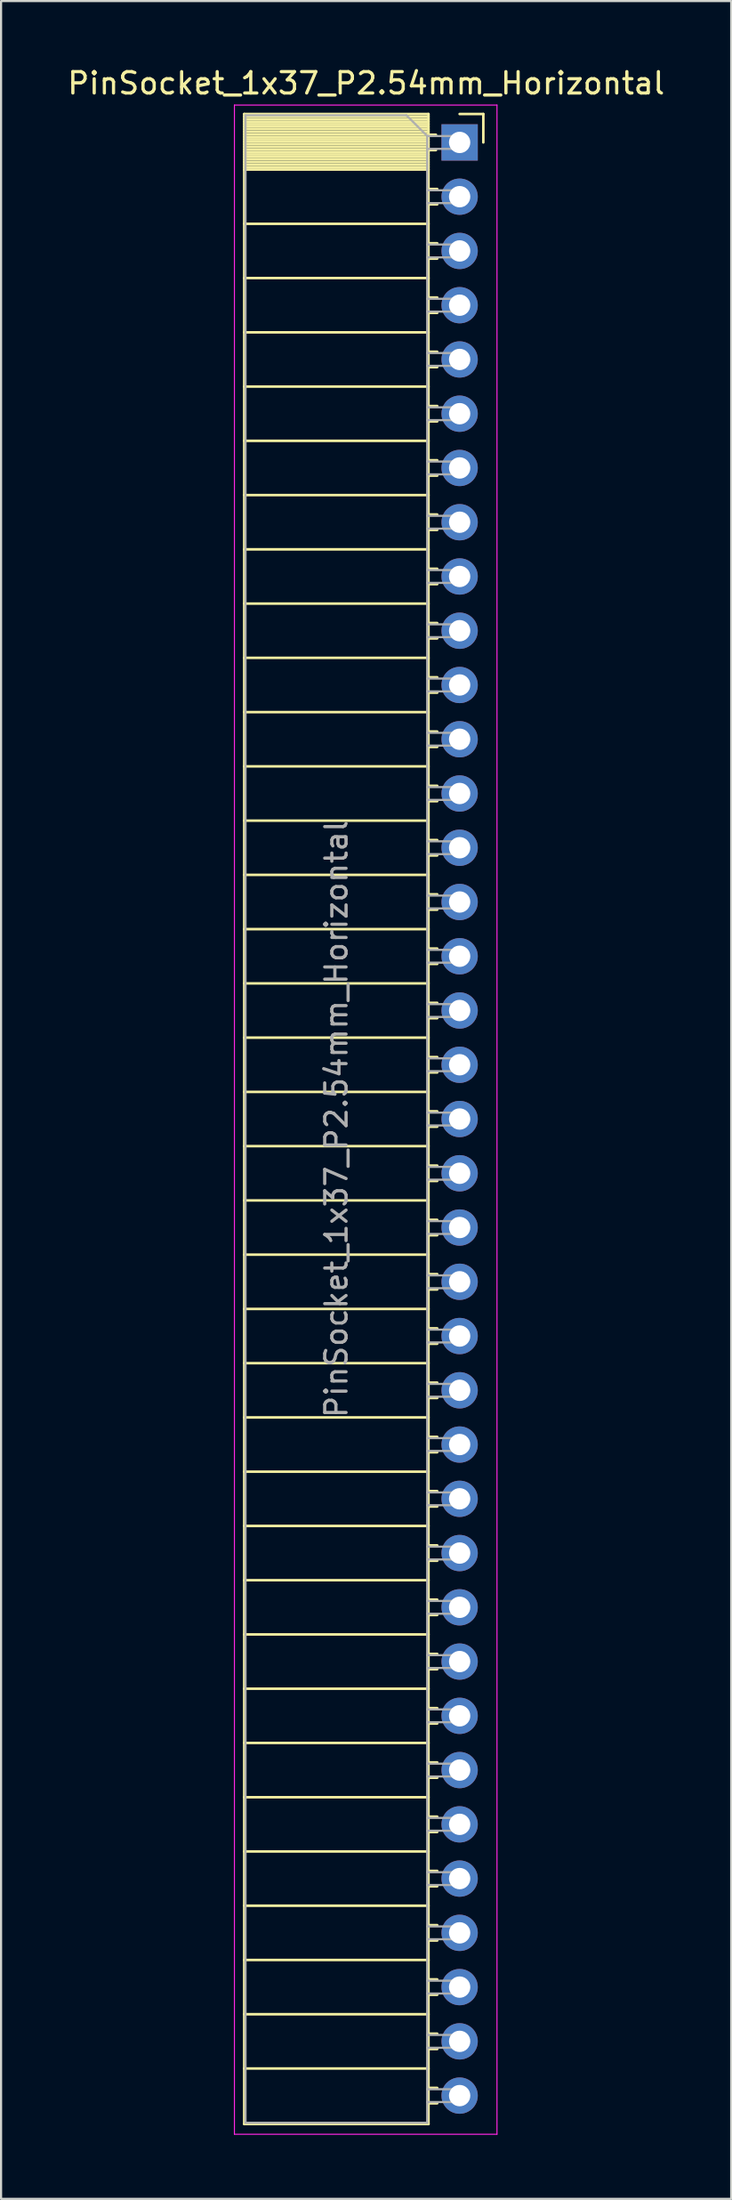
<source format=kicad_pcb>
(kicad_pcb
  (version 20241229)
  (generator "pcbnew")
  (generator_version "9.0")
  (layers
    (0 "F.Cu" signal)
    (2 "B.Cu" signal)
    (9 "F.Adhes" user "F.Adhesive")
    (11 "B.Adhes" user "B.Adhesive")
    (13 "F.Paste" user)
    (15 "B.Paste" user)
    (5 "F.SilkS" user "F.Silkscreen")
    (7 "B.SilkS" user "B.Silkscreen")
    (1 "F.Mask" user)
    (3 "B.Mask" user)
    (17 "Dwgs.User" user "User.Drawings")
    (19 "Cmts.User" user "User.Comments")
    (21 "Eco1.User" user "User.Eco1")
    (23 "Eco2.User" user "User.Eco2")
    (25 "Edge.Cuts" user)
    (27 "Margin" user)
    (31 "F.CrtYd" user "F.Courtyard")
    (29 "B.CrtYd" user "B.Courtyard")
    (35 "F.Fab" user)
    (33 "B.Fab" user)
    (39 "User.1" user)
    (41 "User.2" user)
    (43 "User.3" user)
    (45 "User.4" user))
  (footprint "PinSocket_1x37_P2.54mm_Horizontal"
    (layer "F.Cu")
    (at 18.481 3.618)
    (property "Reference" "PinSocket_1x37_P2.54mm_Horizontal" (at -4.38 -2.77 0) (layer "F.SilkS") (effects (font (size 1 1) (thickness 0.15))))
    (attr through_hole)
    (fp_line (start -10.09 -1.33) (end -10.09 92.77) (stroke (width 0.12) (type solid)) (layer "F.SilkS"))
    (fp_line (start -10.09 -1.33) (end -1.46 -1.33) (stroke (width 0.12) (type solid)) (layer "F.SilkS"))
    (fp_line (start -10.09 -1.21) (end -1.46 -1.21) (stroke (width 0.12) (type solid)) (layer "F.SilkS"))
    (fp_line (start -10.09 -1.092) (end -1.46 -1.092) (stroke (width 0.12) (type solid)) (layer "F.SilkS"))
    (fp_line (start -10.09 -0.974) (end -1.46 -0.974) (stroke (width 0.12) (type solid)) (layer "F.SilkS"))
    (fp_line (start -10.09 -0.856) (end -1.46 -0.856) (stroke (width 0.12) (type solid)) (layer "F.SilkS"))
    (fp_line (start -10.09 -0.738) (end -1.46 -0.738) (stroke (width 0.12) (type solid)) (layer "F.SilkS"))
    (fp_line (start -10.09 -0.62) (end -1.46 -0.62) (stroke (width 0.12) (type solid)) (layer "F.SilkS"))
    (fp_line (start -10.09 -0.501) (end -1.46 -0.501) (stroke (width 0.12) (type solid)) (layer "F.SilkS"))
    (fp_line (start -10.09 -0.383) (end -1.46 -0.383) (stroke (width 0.12) (type solid)) (layer "F.SilkS"))
    (fp_line (start -10.09 -0.265) (end -1.46 -0.265) (stroke (width 0.12) (type solid)) (layer "F.SilkS"))
    (fp_line (start -10.09 -0.147) (end -1.46 -0.147) (stroke (width 0.12) (type solid)) (layer "F.SilkS"))
    (fp_line (start -10.09 -0.029) (end -1.46 -0.029) (stroke (width 0.12) (type solid)) (layer "F.SilkS"))
    (fp_line (start -10.09 0.089) (end -1.46 0.089) (stroke (width 0.12) (type solid)) (layer "F.SilkS"))
    (fp_line (start -10.09 0.207) (end -1.46 0.207) (stroke (width 0.12) (type solid)) (layer "F.SilkS"))
    (fp_line (start -10.09 0.325) (end -1.46 0.325) (stroke (width 0.12) (type solid)) (layer "F.SilkS"))
    (fp_line (start -10.09 0.443) (end -1.46 0.443) (stroke (width 0.12) (type solid)) (layer "F.SilkS"))
    (fp_line (start -10.09 0.561) (end -1.46 0.561) (stroke (width 0.12) (type solid)) (layer "F.SilkS"))
    (fp_line (start -10.09 0.68) (end -1.46 0.68) (stroke (width 0.12) (type solid)) (layer "F.SilkS"))
    (fp_line (start -10.09 0.798) (end -1.46 0.798) (stroke (width 0.12) (type solid)) (layer "F.SilkS"))
    (fp_line (start -10.09 0.916) (end -1.46 0.916) (stroke (width 0.12) (type solid)) (layer "F.SilkS"))
    (fp_line (start -10.09 1.034) (end -1.46 1.034) (stroke (width 0.12) (type solid)) (layer "F.SilkS"))
    (fp_line (start -10.09 1.152) (end -1.46 1.152) (stroke (width 0.12) (type solid)) (layer "F.SilkS"))
    (fp_line (start -10.09 1.27) (end -1.46 1.27) (stroke (width 0.12) (type solid)) (layer "F.SilkS"))
    (fp_line (start -10.09 3.81) (end -1.46 3.81) (stroke (width 0.12) (type solid)) (layer "F.SilkS"))
    (fp_line (start -10.09 6.35) (end -1.46 6.35) (stroke (width 0.12) (type solid)) (layer "F.SilkS"))
    (fp_line (start -10.09 8.89) (end -1.46 8.89) (stroke (width 0.12) (type solid)) (layer "F.SilkS"))
    (fp_line (start -10.09 11.43) (end -1.46 11.43) (stroke (width 0.12) (type solid)) (layer "F.SilkS"))
    (fp_line (start -10.09 13.97) (end -1.46 13.97) (stroke (width 0.12) (type solid)) (layer "F.SilkS"))
    (fp_line (start -10.09 16.51) (end -1.46 16.51) (stroke (width 0.12) (type solid)) (layer "F.SilkS"))
    (fp_line (start -10.09 19.05) (end -1.46 19.05) (stroke (width 0.12) (type solid)) (layer "F.SilkS"))
    (fp_line (start -10.09 21.59) (end -1.46 21.59) (stroke (width 0.12) (type solid)) (layer "F.SilkS"))
    (fp_line (start -10.09 24.13) (end -1.46 24.13) (stroke (width 0.12) (type solid)) (layer "F.SilkS"))
    (fp_line (start -10.09 26.67) (end -1.46 26.67) (stroke (width 0.12) (type solid)) (layer "F.SilkS"))
    (fp_line (start -10.09 29.21) (end -1.46 29.21) (stroke (width 0.12) (type solid)) (layer "F.SilkS"))
    (fp_line (start -10.09 31.75) (end -1.46 31.75) (stroke (width 0.12) (type solid)) (layer "F.SilkS"))
    (fp_line (start -10.09 34.29) (end -1.46 34.29) (stroke (width 0.12) (type solid)) (layer "F.SilkS"))
    (fp_line (start -10.09 36.83) (end -1.46 36.83) (stroke (width 0.12) (type solid)) (layer "F.SilkS"))
    (fp_line (start -10.09 39.37) (end -1.46 39.37) (stroke (width 0.12) (type solid)) (layer "F.SilkS"))
    (fp_line (start -10.09 41.91) (end -1.46 41.91) (stroke (width 0.12) (type solid)) (layer "F.SilkS"))
    (fp_line (start -10.09 44.45) (end -1.46 44.45) (stroke (width 0.12) (type solid)) (layer "F.SilkS"))
    (fp_line (start -10.09 46.99) (end -1.46 46.99) (stroke (width 0.12) (type solid)) (layer "F.SilkS"))
    (fp_line (start -10.09 49.53) (end -1.46 49.53) (stroke (width 0.12) (type solid)) (layer "F.SilkS"))
    (fp_line (start -10.09 52.07) (end -1.46 52.07) (stroke (width 0.12) (type solid)) (layer "F.SilkS"))
    (fp_line (start -10.09 54.61) (end -1.46 54.61) (stroke (width 0.12) (type solid)) (layer "F.SilkS"))
    (fp_line (start -10.09 57.15) (end -1.46 57.15) (stroke (width 0.12) (type solid)) (layer "F.SilkS"))
    (fp_line (start -10.09 59.69) (end -1.46 59.69) (stroke (width 0.12) (type solid)) (layer "F.SilkS"))
    (fp_line (start -10.09 62.23) (end -1.46 62.23) (stroke (width 0.12) (type solid)) (layer "F.SilkS"))
    (fp_line (start -10.09 64.77) (end -1.46 64.77) (stroke (width 0.12) (type solid)) (layer "F.SilkS"))
    (fp_line (start -10.09 67.31) (end -1.46 67.31) (stroke (width 0.12) (type solid)) (layer "F.SilkS"))
    (fp_line (start -10.09 69.85) (end -1.46 69.85) (stroke (width 0.12) (type solid)) (layer "F.SilkS"))
    (fp_line (start -10.09 72.39) (end -1.46 72.39) (stroke (width 0.12) (type solid)) (layer "F.SilkS"))
    (fp_line (start -10.09 74.93) (end -1.46 74.93) (stroke (width 0.12) (type solid)) (layer "F.SilkS"))
    (fp_line (start -10.09 77.47) (end -1.46 77.47) (stroke (width 0.12) (type solid)) (layer "F.SilkS"))
    (fp_line (start -10.09 80.01) (end -1.46 80.01) (stroke (width 0.12) (type solid)) (layer "F.SilkS"))
    (fp_line (start -10.09 82.55) (end -1.46 82.55) (stroke (width 0.12) (type solid)) (layer "F.SilkS"))
    (fp_line (start -10.09 85.09) (end -1.46 85.09) (stroke (width 0.12) (type solid)) (layer "F.SilkS"))
    (fp_line (start -10.09 87.63) (end -1.46 87.63) (stroke (width 0.12) (type solid)) (layer "F.SilkS"))
    (fp_line (start -10.09 90.17) (end -1.46 90.17) (stroke (width 0.12) (type solid)) (layer "F.SilkS"))
    (fp_line (start -10.09 92.77) (end -1.46 92.77) (stroke (width 0.12) (type solid)) (layer "F.SilkS"))
    (fp_line (start -1.46 -1.33) (end -1.46 92.77) (stroke (width 0.12) (type solid)) (layer "F.SilkS"))
    (fp_line (start -1.46 -0.36) (end -1.11 -0.36) (stroke (width 0.12) (type solid)) (layer "F.SilkS"))
    (fp_line (start -1.46 0.36) (end -1.11 0.36) (stroke (width 0.12) (type solid)) (layer "F.SilkS"))
    (fp_line (start -1.46 2.18) (end -1.05 2.18) (stroke (width 0.12) (type solid)) (layer "F.SilkS"))
    (fp_line (start -1.46 2.9) (end -1.05 2.9) (stroke (width 0.12) (type solid)) (layer "F.SilkS"))
    (fp_line (start -1.46 4.72) (end -1.05 4.72) (stroke (width 0.12) (type solid)) (layer "F.SilkS"))
    (fp_line (start -1.46 5.44) (end -1.05 5.44) (stroke (width 0.12) (type solid)) (layer "F.SilkS"))
    (fp_line (start -1.46 7.26) (end -1.05 7.26) (stroke (width 0.12) (type solid)) (layer "F.SilkS"))
    (fp_line (start -1.46 7.98) (end -1.05 7.98) (stroke (width 0.12) (type solid)) (layer "F.SilkS"))
    (fp_line (start -1.46 9.8) (end -1.05 9.8) (stroke (width 0.12) (type solid)) (layer "F.SilkS"))
    (fp_line (start -1.46 10.52) (end -1.05 10.52) (stroke (width 0.12) (type solid)) (layer "F.SilkS"))
    (fp_line (start -1.46 12.34) (end -1.05 12.34) (stroke (width 0.12) (type solid)) (layer "F.SilkS"))
    (fp_line (start -1.46 13.06) (end -1.05 13.06) (stroke (width 0.12) (type solid)) (layer "F.SilkS"))
    (fp_line (start -1.46 14.88) (end -1.05 14.88) (stroke (width 0.12) (type solid)) (layer "F.SilkS"))
    (fp_line (start -1.46 15.6) (end -1.05 15.6) (stroke (width 0.12) (type solid)) (layer "F.SilkS"))
    (fp_line (start -1.46 17.42) (end -1.05 17.42) (stroke (width 0.12) (type solid)) (layer "F.SilkS"))
    (fp_line (start -1.46 18.14) (end -1.05 18.14) (stroke (width 0.12) (type solid)) (layer "F.SilkS"))
    (fp_line (start -1.46 19.96) (end -1.05 19.96) (stroke (width 0.12) (type solid)) (layer "F.SilkS"))
    (fp_line (start -1.46 20.68) (end -1.05 20.68) (stroke (width 0.12) (type solid)) (layer "F.SilkS"))
    (fp_line (start -1.46 22.5) (end -1.05 22.5) (stroke (width 0.12) (type solid)) (layer "F.SilkS"))
    (fp_line (start -1.46 23.22) (end -1.05 23.22) (stroke (width 0.12) (type solid)) (layer "F.SilkS"))
    (fp_line (start -1.46 25.04) (end -1.05 25.04) (stroke (width 0.12) (type solid)) (layer "F.SilkS"))
    (fp_line (start -1.46 25.76) (end -1.05 25.76) (stroke (width 0.12) (type solid)) (layer "F.SilkS"))
    (fp_line (start -1.46 27.58) (end -1.05 27.58) (stroke (width 0.12) (type solid)) (layer "F.SilkS"))
    (fp_line (start -1.46 28.3) (end -1.05 28.3) (stroke (width 0.12) (type solid)) (layer "F.SilkS"))
    (fp_line (start -1.46 30.12) (end -1.05 30.12) (stroke (width 0.12) (type solid)) (layer "F.SilkS"))
    (fp_line (start -1.46 30.84) (end -1.05 30.84) (stroke (width 0.12) (type solid)) (layer "F.SilkS"))
    (fp_line (start -1.46 32.66) (end -1.05 32.66) (stroke (width 0.12) (type solid)) (layer "F.SilkS"))
    (fp_line (start -1.46 33.38) (end -1.05 33.38) (stroke (width 0.12) (type solid)) (layer "F.SilkS"))
    (fp_line (start -1.46 35.2) (end -1.05 35.2) (stroke (width 0.12) (type solid)) (layer "F.SilkS"))
    (fp_line (start -1.46 35.92) (end -1.05 35.92) (stroke (width 0.12) (type solid)) (layer "F.SilkS"))
    (fp_line (start -1.46 37.74) (end -1.05 37.74) (stroke (width 0.12) (type solid)) (layer "F.SilkS"))
    (fp_line (start -1.46 38.46) (end -1.05 38.46) (stroke (width 0.12) (type solid)) (layer "F.SilkS"))
    (fp_line (start -1.46 40.28) (end -1.05 40.28) (stroke (width 0.12) (type solid)) (layer "F.SilkS"))
    (fp_line (start -1.46 41) (end -1.05 41) (stroke (width 0.12) (type solid)) (layer "F.SilkS"))
    (fp_line (start -1.46 42.82) (end -1.05 42.82) (stroke (width 0.12) (type solid)) (layer "F.SilkS"))
    (fp_line (start -1.46 43.54) (end -1.05 43.54) (stroke (width 0.12) (type solid)) (layer "F.SilkS"))
    (fp_line (start -1.46 45.36) (end -1.05 45.36) (stroke (width 0.12) (type solid)) (layer "F.SilkS"))
    (fp_line (start -1.46 46.08) (end -1.05 46.08) (stroke (width 0.12) (type solid)) (layer "F.SilkS"))
    (fp_line (start -1.46 47.9) (end -1.05 47.9) (stroke (width 0.12) (type solid)) (layer "F.SilkS"))
    (fp_line (start -1.46 48.62) (end -1.05 48.62) (stroke (width 0.12) (type solid)) (layer "F.SilkS"))
    (fp_line (start -1.46 50.44) (end -1.05 50.44) (stroke (width 0.12) (type solid)) (layer "F.SilkS"))
    (fp_line (start -1.46 51.16) (end -1.05 51.16) (stroke (width 0.12) (type solid)) (layer "F.SilkS"))
    (fp_line (start -1.46 52.98) (end -1.05 52.98) (stroke (width 0.12) (type solid)) (layer "F.SilkS"))
    (fp_line (start -1.46 53.7) (end -1.05 53.7) (stroke (width 0.12) (type solid)) (layer "F.SilkS"))
    (fp_line (start -1.46 55.52) (end -1.05 55.52) (stroke (width 0.12) (type solid)) (layer "F.SilkS"))
    (fp_line (start -1.46 56.24) (end -1.05 56.24) (stroke (width 0.12) (type solid)) (layer "F.SilkS"))
    (fp_line (start -1.46 58.06) (end -1.05 58.06) (stroke (width 0.12) (type solid)) (layer "F.SilkS"))
    (fp_line (start -1.46 58.78) (end -1.05 58.78) (stroke (width 0.12) (type solid)) (layer "F.SilkS"))
    (fp_line (start -1.46 60.6) (end -1.05 60.6) (stroke (width 0.12) (type solid)) (layer "F.SilkS"))
    (fp_line (start -1.46 61.32) (end -1.05 61.32) (stroke (width 0.12) (type solid)) (layer "F.SilkS"))
    (fp_line (start -1.46 63.14) (end -1.05 63.14) (stroke (width 0.12) (type solid)) (layer "F.SilkS"))
    (fp_line (start -1.46 63.86) (end -1.05 63.86) (stroke (width 0.12) (type solid)) (layer "F.SilkS"))
    (fp_line (start -1.46 65.68) (end -1.05 65.68) (stroke (width 0.12) (type solid)) (layer "F.SilkS"))
    (fp_line (start -1.46 66.4) (end -1.05 66.4) (stroke (width 0.12) (type solid)) (layer "F.SilkS"))
    (fp_line (start -1.46 68.22) (end -1.05 68.22) (stroke (width 0.12) (type solid)) (layer "F.SilkS"))
    (fp_line (start -1.46 68.94) (end -1.05 68.94) (stroke (width 0.12) (type solid)) (layer "F.SilkS"))
    (fp_line (start -1.46 70.76) (end -1.05 70.76) (stroke (width 0.12) (type solid)) (layer "F.SilkS"))
    (fp_line (start -1.46 71.48) (end -1.05 71.48) (stroke (width 0.12) (type solid)) (layer "F.SilkS"))
    (fp_line (start -1.46 73.3) (end -1.05 73.3) (stroke (width 0.12) (type solid)) (layer "F.SilkS"))
    (fp_line (start -1.46 74.02) (end -1.05 74.02) (stroke (width 0.12) (type solid)) (layer "F.SilkS"))
    (fp_line (start -1.46 75.84) (end -1.05 75.84) (stroke (width 0.12) (type solid)) (layer "F.SilkS"))
    (fp_line (start -1.46 76.56) (end -1.05 76.56) (stroke (width 0.12) (type solid)) (layer "F.SilkS"))
    (fp_line (start -1.46 78.38) (end -1.05 78.38) (stroke (width 0.12) (type solid)) (layer "F.SilkS"))
    (fp_line (start -1.46 79.1) (end -1.05 79.1) (stroke (width 0.12) (type solid)) (layer "F.SilkS"))
    (fp_line (start -1.46 80.92) (end -1.05 80.92) (stroke (width 0.12) (type solid)) (layer "F.SilkS"))
    (fp_line (start -1.46 81.64) (end -1.05 81.64) (stroke (width 0.12) (type solid)) (layer "F.SilkS"))
    (fp_line (start -1.46 83.46) (end -1.05 83.46) (stroke (width 0.12) (type solid)) (layer "F.SilkS"))
    (fp_line (start -1.46 84.18) (end -1.05 84.18) (stroke (width 0.12) (type solid)) (layer "F.SilkS"))
    (fp_line (start -1.46 86) (end -1.05 86) (stroke (width 0.12) (type solid)) (layer "F.SilkS"))
    (fp_line (start -1.46 86.72) (end -1.05 86.72) (stroke (width 0.12) (type solid)) (layer "F.SilkS"))
    (fp_line (start -1.46 88.54) (end -1.05 88.54) (stroke (width 0.12) (type solid)) (layer "F.SilkS"))
    (fp_line (start -1.46 89.26) (end -1.05 89.26) (stroke (width 0.12) (type solid)) (layer "F.SilkS"))
    (fp_line (start -1.46 91.08) (end -1.05 91.08) (stroke (width 0.12) (type solid)) (layer "F.SilkS"))
    (fp_line (start -1.46 91.8) (end -1.05 91.8) (stroke (width 0.12) (type solid)) (layer "F.SilkS"))
    (fp_line (start 0 -1.33) (end 1.11 -1.33) (stroke (width 0.12) (type solid)) (layer "F.SilkS"))
    (fp_line (start 1.11 -1.33) (end 1.11 0) (stroke (width 0.12) (type solid)) (layer "F.SilkS"))
    (fp_line (start -10.55 -1.75) (end -10.55 93.25) (stroke (width 0.05) (type solid)) (layer "F.CrtYd"))
    (fp_line (start -10.55 93.25) (end 1.75 93.25) (stroke (width 0.05) (type solid)) (layer "F.CrtYd"))
    (fp_line (start 1.75 -1.75) (end -10.55 -1.75) (stroke (width 0.05) (type solid)) (layer "F.CrtYd"))
    (fp_line (start 1.75 93.25) (end 1.75 -1.75) (stroke (width 0.05) (type solid)) (layer "F.CrtYd"))
    (fp_line (start -10.03 -1.27) (end -2.49 -1.27) (stroke (width 0.1) (type solid)) (layer "F.Fab"))
    (fp_line (start -10.03 92.71) (end -10.03 -1.27) (stroke (width 0.1) (type solid)) (layer "F.Fab"))
    (fp_line (start -2.49 -1.27) (end -1.52 -0.3) (stroke (width 0.1) (type solid)) (layer "F.Fab"))
    (fp_line (start -1.52 -0.3) (end -1.52 92.71) (stroke (width 0.1) (type solid)) (layer "F.Fab"))
    (fp_line (start -1.52 0.3) (end 0 0.3) (stroke (width 0.1) (type solid)) (layer "F.Fab"))
    (fp_line (start -1.52 2.84) (end 0 2.84) (stroke (width 0.1) (type solid)) (layer "F.Fab"))
    (fp_line (start -1.52 5.38) (end 0 5.38) (stroke (width 0.1) (type solid)) (layer "F.Fab"))
    (fp_line (start -1.52 7.92) (end 0 7.92) (stroke (width 0.1) (type solid)) (layer "F.Fab"))
    (fp_line (start -1.52 10.46) (end 0 10.46) (stroke (width 0.1) (type solid)) (layer "F.Fab"))
    (fp_line (start -1.52 13) (end 0 13) (stroke (width 0.1) (type solid)) (layer "F.Fab"))
    (fp_line (start -1.52 15.54) (end 0 15.54) (stroke (width 0.1) (type solid)) (layer "F.Fab"))
    (fp_line (start -1.52 18.08) (end 0 18.08) (stroke (width 0.1) (type solid)) (layer "F.Fab"))
    (fp_line (start -1.52 20.62) (end 0 20.62) (stroke (width 0.1) (type solid)) (layer "F.Fab"))
    (fp_line (start -1.52 23.16) (end 0 23.16) (stroke (width 0.1) (type solid)) (layer "F.Fab"))
    (fp_line (start -1.52 25.7) (end 0 25.7) (stroke (width 0.1) (type solid)) (layer "F.Fab"))
    (fp_line (start -1.52 28.24) (end 0 28.24) (stroke (width 0.1) (type solid)) (layer "F.Fab"))
    (fp_line (start -1.52 30.78) (end 0 30.78) (stroke (width 0.1) (type solid)) (layer "F.Fab"))
    (fp_line (start -1.52 33.32) (end 0 33.32) (stroke (width 0.1) (type solid)) (layer "F.Fab"))
    (fp_line (start -1.52 35.86) (end 0 35.86) (stroke (width 0.1) (type solid)) (layer "F.Fab"))
    (fp_line (start -1.52 38.4) (end 0 38.4) (stroke (width 0.1) (type solid)) (layer "F.Fab"))
    (fp_line (start -1.52 40.94) (end 0 40.94) (stroke (width 0.1) (type solid)) (layer "F.Fab"))
    (fp_line (start -1.52 43.48) (end 0 43.48) (stroke (width 0.1) (type solid)) (layer "F.Fab"))
    (fp_line (start -1.52 46.02) (end 0 46.02) (stroke (width 0.1) (type solid)) (layer "F.Fab"))
    (fp_line (start -1.52 48.56) (end 0 48.56) (stroke (width 0.1) (type solid)) (layer "F.Fab"))
    (fp_line (start -1.52 51.1) (end 0 51.1) (stroke (width 0.1) (type solid)) (layer "F.Fab"))
    (fp_line (start -1.52 53.64) (end 0 53.64) (stroke (width 0.1) (type solid)) (layer "F.Fab"))
    (fp_line (start -1.52 56.18) (end 0 56.18) (stroke (width 0.1) (type solid)) (layer "F.Fab"))
    (fp_line (start -1.52 58.72) (end 0 58.72) (stroke (width 0.1) (type solid)) (layer "F.Fab"))
    (fp_line (start -1.52 61.26) (end 0 61.26) (stroke (width 0.1) (type solid)) (layer "F.Fab"))
    (fp_line (start -1.52 63.8) (end 0 63.8) (stroke (width 0.1) (type solid)) (layer "F.Fab"))
    (fp_line (start -1.52 66.34) (end 0 66.34) (stroke (width 0.1) (type solid)) (layer "F.Fab"))
    (fp_line (start -1.52 68.88) (end 0 68.88) (stroke (width 0.1) (type solid)) (layer "F.Fab"))
    (fp_line (start -1.52 71.42) (end 0 71.42) (stroke (width 0.1) (type solid)) (layer "F.Fab"))
    (fp_line (start -1.52 73.96) (end 0 73.96) (stroke (width 0.1) (type solid)) (layer "F.Fab"))
    (fp_line (start -1.52 76.5) (end 0 76.5) (stroke (width 0.1) (type solid)) (layer "F.Fab"))
    (fp_line (start -1.52 79.04) (end 0 79.04) (stroke (width 0.1) (type solid)) (layer "F.Fab"))
    (fp_line (start -1.52 81.58) (end 0 81.58) (stroke (width 0.1) (type solid)) (layer "F.Fab"))
    (fp_line (start -1.52 84.12) (end 0 84.12) (stroke (width 0.1) (type solid)) (layer "F.Fab"))
    (fp_line (start -1.52 86.66) (end 0 86.66) (stroke (width 0.1) (type solid)) (layer "F.Fab"))
    (fp_line (start -1.52 89.2) (end 0 89.2) (stroke (width 0.1) (type solid)) (layer "F.Fab"))
    (fp_line (start -1.52 91.74) (end 0 91.74) (stroke (width 0.1) (type solid)) (layer "F.Fab"))
    (fp_line (start -1.52 92.71) (end -10.03 92.71) (stroke (width 0.1) (type solid)) (layer "F.Fab"))
    (fp_line (start 0 -0.3) (end -1.52 -0.3) (stroke (width 0.1) (type solid)) (layer "F.Fab"))
    (fp_line (start 0 0.3) (end 0 -0.3) (stroke (width 0.1) (type solid)) (layer "F.Fab"))
    (fp_line (start 0 2.24) (end -1.52 2.24) (stroke (width 0.1) (type solid)) (layer "F.Fab"))
    (fp_line (start 0 2.84) (end 0 2.24) (stroke (width 0.1) (type solid)) (layer "F.Fab"))
    (fp_line (start 0 4.78) (end -1.52 4.78) (stroke (width 0.1) (type solid)) (layer "F.Fab"))
    (fp_line (start 0 5.38) (end 0 4.78) (stroke (width 0.1) (type solid)) (layer "F.Fab"))
    (fp_line (start 0 7.32) (end -1.52 7.32) (stroke (width 0.1) (type solid)) (layer "F.Fab"))
    (fp_line (start 0 7.92) (end 0 7.32) (stroke (width 0.1) (type solid)) (layer "F.Fab"))
    (fp_line (start 0 9.86) (end -1.52 9.86) (stroke (width 0.1) (type solid)) (layer "F.Fab"))
    (fp_line (start 0 10.46) (end 0 9.86) (stroke (width 0.1) (type solid)) (layer "F.Fab"))
    (fp_line (start 0 12.4) (end -1.52 12.4) (stroke (width 0.1) (type solid)) (layer "F.Fab"))
    (fp_line (start 0 13) (end 0 12.4) (stroke (width 0.1) (type solid)) (layer "F.Fab"))
    (fp_line (start 0 14.94) (end -1.52 14.94) (stroke (width 0.1) (type solid)) (layer "F.Fab"))
    (fp_line (start 0 15.54) (end 0 14.94) (stroke (width 0.1) (type solid)) (layer "F.Fab"))
    (fp_line (start 0 17.48) (end -1.52 17.48) (stroke (width 0.1) (type solid)) (layer "F.Fab"))
    (fp_line (start 0 18.08) (end 0 17.48) (stroke (width 0.1) (type solid)) (layer "F.Fab"))
    (fp_line (start 0 20.02) (end -1.52 20.02) (stroke (width 0.1) (type solid)) (layer "F.Fab"))
    (fp_line (start 0 20.62) (end 0 20.02) (stroke (width 0.1) (type solid)) (layer "F.Fab"))
    (fp_line (start 0 22.56) (end -1.52 22.56) (stroke (width 0.1) (type solid)) (layer "F.Fab"))
    (fp_line (start 0 23.16) (end 0 22.56) (stroke (width 0.1) (type solid)) (layer "F.Fab"))
    (fp_line (start 0 25.1) (end -1.52 25.1) (stroke (width 0.1) (type solid)) (layer "F.Fab"))
    (fp_line (start 0 25.7) (end 0 25.1) (stroke (width 0.1) (type solid)) (layer "F.Fab"))
    (fp_line (start 0 27.64) (end -1.52 27.64) (stroke (width 0.1) (type solid)) (layer "F.Fab"))
    (fp_line (start 0 28.24) (end 0 27.64) (stroke (width 0.1) (type solid)) (layer "F.Fab"))
    (fp_line (start 0 30.18) (end -1.52 30.18) (stroke (width 0.1) (type solid)) (layer "F.Fab"))
    (fp_line (start 0 30.78) (end 0 30.18) (stroke (width 0.1) (type solid)) (layer "F.Fab"))
    (fp_line (start 0 32.72) (end -1.52 32.72) (stroke (width 0.1) (type solid)) (layer "F.Fab"))
    (fp_line (start 0 33.32) (end 0 32.72) (stroke (width 0.1) (type solid)) (layer "F.Fab"))
    (fp_line (start 0 35.26) (end -1.52 35.26) (stroke (width 0.1) (type solid)) (layer "F.Fab"))
    (fp_line (start 0 35.86) (end 0 35.26) (stroke (width 0.1) (type solid)) (layer "F.Fab"))
    (fp_line (start 0 37.8) (end -1.52 37.8) (stroke (width 0.1) (type solid)) (layer "F.Fab"))
    (fp_line (start 0 38.4) (end 0 37.8) (stroke (width 0.1) (type solid)) (layer "F.Fab"))
    (fp_line (start 0 40.34) (end -1.52 40.34) (stroke (width 0.1) (type solid)) (layer "F.Fab"))
    (fp_line (start 0 40.94) (end 0 40.34) (stroke (width 0.1) (type solid)) (layer "F.Fab"))
    (fp_line (start 0 42.88) (end -1.52 42.88) (stroke (width 0.1) (type solid)) (layer "F.Fab"))
    (fp_line (start 0 43.48) (end 0 42.88) (stroke (width 0.1) (type solid)) (layer "F.Fab"))
    (fp_line (start 0 45.42) (end -1.52 45.42) (stroke (width 0.1) (type solid)) (layer "F.Fab"))
    (fp_line (start 0 46.02) (end 0 45.42) (stroke (width 0.1) (type solid)) (layer "F.Fab"))
    (fp_line (start 0 47.96) (end -1.52 47.96) (stroke (width 0.1) (type solid)) (layer "F.Fab"))
    (fp_line (start 0 48.56) (end 0 47.96) (stroke (width 0.1) (type solid)) (layer "F.Fab"))
    (fp_line (start 0 50.5) (end -1.52 50.5) (stroke (width 0.1) (type solid)) (layer "F.Fab"))
    (fp_line (start 0 51.1) (end 0 50.5) (stroke (width 0.1) (type solid)) (layer "F.Fab"))
    (fp_line (start 0 53.04) (end -1.52 53.04) (stroke (width 0.1) (type solid)) (layer "F.Fab"))
    (fp_line (start 0 53.64) (end 0 53.04) (stroke (width 0.1) (type solid)) (layer "F.Fab"))
    (fp_line (start 0 55.58) (end -1.52 55.58) (stroke (width 0.1) (type solid)) (layer "F.Fab"))
    (fp_line (start 0 56.18) (end 0 55.58) (stroke (width 0.1) (type solid)) (layer "F.Fab"))
    (fp_line (start 0 58.12) (end -1.52 58.12) (stroke (width 0.1) (type solid)) (layer "F.Fab"))
    (fp_line (start 0 58.72) (end 0 58.12) (stroke (width 0.1) (type solid)) (layer "F.Fab"))
    (fp_line (start 0 60.66) (end -1.52 60.66) (stroke (width 0.1) (type solid)) (layer "F.Fab"))
    (fp_line (start 0 61.26) (end 0 60.66) (stroke (width 0.1) (type solid)) (layer "F.Fab"))
    (fp_line (start 0 63.2) (end -1.52 63.2) (stroke (width 0.1) (type solid)) (layer "F.Fab"))
    (fp_line (start 0 63.8) (end 0 63.2) (stroke (width 0.1) (type solid)) (layer "F.Fab"))
    (fp_line (start 0 65.74) (end -1.52 65.74) (stroke (width 0.1) (type solid)) (layer "F.Fab"))
    (fp_line (start 0 66.34) (end 0 65.74) (stroke (width 0.1) (type solid)) (layer "F.Fab"))
    (fp_line (start 0 68.28) (end -1.52 68.28) (stroke (width 0.1) (type solid)) (layer "F.Fab"))
    (fp_line (start 0 68.88) (end 0 68.28) (stroke (width 0.1) (type solid)) (layer "F.Fab"))
    (fp_line (start 0 70.82) (end -1.52 70.82) (stroke (width 0.1) (type solid)) (layer "F.Fab"))
    (fp_line (start 0 71.42) (end 0 70.82) (stroke (width 0.1) (type solid)) (layer "F.Fab"))
    (fp_line (start 0 73.36) (end -1.52 73.36) (stroke (width 0.1) (type solid)) (layer "F.Fab"))
    (fp_line (start 0 73.96) (end 0 73.36) (stroke (width 0.1) (type solid)) (layer "F.Fab"))
    (fp_line (start 0 75.9) (end -1.52 75.9) (stroke (width 0.1) (type solid)) (layer "F.Fab"))
    (fp_line (start 0 76.5) (end 0 75.9) (stroke (width 0.1) (type solid)) (layer "F.Fab"))
    (fp_line (start 0 78.44) (end -1.52 78.44) (stroke (width 0.1) (type solid)) (layer "F.Fab"))
    (fp_line (start 0 79.04) (end 0 78.44) (stroke (width 0.1) (type solid)) (layer "F.Fab"))
    (fp_line (start 0 80.98) (end -1.52 80.98) (stroke (width 0.1) (type solid)) (layer "F.Fab"))
    (fp_line (start 0 81.58) (end 0 80.98) (stroke (width 0.1) (type solid)) (layer "F.Fab"))
    (fp_line (start 0 83.52) (end -1.52 83.52) (stroke (width 0.1) (type solid)) (layer "F.Fab"))
    (fp_line (start 0 84.12) (end 0 83.52) (stroke (width 0.1) (type solid)) (layer "F.Fab"))
    (fp_line (start 0 86.06) (end -1.52 86.06) (stroke (width 0.1) (type solid)) (layer "F.Fab"))
    (fp_line (start 0 86.66) (end 0 86.06) (stroke (width 0.1) (type solid)) (layer "F.Fab"))
    (fp_line (start 0 88.6) (end -1.52 88.6) (stroke (width 0.1) (type solid)) (layer "F.Fab"))
    (fp_line (start 0 89.2) (end 0 88.6) (stroke (width 0.1) (type solid)) (layer "F.Fab"))
    (fp_line (start 0 91.14) (end -1.52 91.14) (stroke (width 0.1) (type solid)) (layer "F.Fab"))
    (fp_line (start 0 91.74) (end 0 91.14) (stroke (width 0.1) (type solid)) (layer "F.Fab"))
    (fp_text user "${REFERENCE}" (at -5.775 45.72 90) (layer "F.Fab") (effects (font (size 1 1) (thickness 0.15))))
    (pad "1" thru_hole rect (at 0 0) (size 1.7 1.7) (drill 1) (layers "*.Cu" "*.Mask"))
    (pad "2" thru_hole oval (at 0 2.54) (size 1.7 1.7) (drill 1) (layers "*.Cu" "*.Mask"))
    (pad "3" thru_hole oval (at 0 5.08) (size 1.7 1.7) (drill 1) (layers "*.Cu" "*.Mask"))
    (pad "4" thru_hole oval (at 0 7.62) (size 1.7 1.7) (drill 1) (layers "*.Cu" "*.Mask"))
    (pad "5" thru_hole oval (at 0 10.16) (size 1.7 1.7) (drill 1) (layers "*.Cu" "*.Mask"))
    (pad "6" thru_hole oval (at 0 12.7) (size 1.7 1.7) (drill 1) (layers "*.Cu" "*.Mask"))
    (pad "7" thru_hole oval (at 0 15.24) (size 1.7 1.7) (drill 1) (layers "*.Cu" "*.Mask"))
    (pad "8" thru_hole oval (at 0 17.78) (size 1.7 1.7) (drill 1) (layers "*.Cu" "*.Mask"))
    (pad "9" thru_hole oval (at 0 20.32) (size 1.7 1.7) (drill 1) (layers "*.Cu" "*.Mask"))
    (pad "10" thru_hole oval (at 0 22.86) (size 1.7 1.7) (drill 1) (layers "*.Cu" "*.Mask"))
    (pad "11" thru_hole oval (at 0 25.4) (size 1.7 1.7) (drill 1) (layers "*.Cu" "*.Mask"))
    (pad "12" thru_hole oval (at 0 27.94) (size 1.7 1.7) (drill 1) (layers "*.Cu" "*.Mask"))
    (pad "13" thru_hole oval (at 0 30.48) (size 1.7 1.7) (drill 1) (layers "*.Cu" "*.Mask"))
    (pad "14" thru_hole oval (at 0 33.02) (size 1.7 1.7) (drill 1) (layers "*.Cu" "*.Mask"))
    (pad "15" thru_hole oval (at 0 35.56) (size 1.7 1.7) (drill 1) (layers "*.Cu" "*.Mask"))
    (pad "16" thru_hole oval (at 0 38.1) (size 1.7 1.7) (drill 1) (layers "*.Cu" "*.Mask"))
    (pad "17" thru_hole oval (at 0 40.64) (size 1.7 1.7) (drill 1) (layers "*.Cu" "*.Mask"))
    (pad "18" thru_hole oval (at 0 43.18) (size 1.7 1.7) (drill 1) (layers "*.Cu" "*.Mask"))
    (pad "19" thru_hole oval (at 0 45.72) (size 1.7 1.7) (drill 1) (layers "*.Cu" "*.Mask"))
    (pad "20" thru_hole oval (at 0 48.26) (size 1.7 1.7) (drill 1) (layers "*.Cu" "*.Mask"))
    (pad "21" thru_hole oval (at 0 50.8) (size 1.7 1.7) (drill 1) (layers "*.Cu" "*.Mask"))
    (pad "22" thru_hole oval (at 0 53.34) (size 1.7 1.7) (drill 1) (layers "*.Cu" "*.Mask"))
    (pad "23" thru_hole oval (at 0 55.88) (size 1.7 1.7) (drill 1) (layers "*.Cu" "*.Mask"))
    (pad "24" thru_hole oval (at 0 58.42) (size 1.7 1.7) (drill 1) (layers "*.Cu" "*.Mask"))
    (pad "25" thru_hole oval (at 0 60.96) (size 1.7 1.7) (drill 1) (layers "*.Cu" "*.Mask"))
    (pad "26" thru_hole oval (at 0 63.5) (size 1.7 1.7) (drill 1) (layers "*.Cu" "*.Mask"))
    (pad "27" thru_hole oval (at 0 66.04) (size 1.7 1.7) (drill 1) (layers "*.Cu" "*.Mask"))
    (pad "28" thru_hole oval (at 0 68.58) (size 1.7 1.7) (drill 1) (layers "*.Cu" "*.Mask"))
    (pad "29" thru_hole oval (at 0 71.12) (size 1.7 1.7) (drill 1) (layers "*.Cu" "*.Mask"))
    (pad "30" thru_hole oval (at 0 73.66) (size 1.7 1.7) (drill 1) (layers "*.Cu" "*.Mask"))
    (pad "31" thru_hole oval (at 0 76.2) (size 1.7 1.7) (drill 1) (layers "*.Cu" "*.Mask"))
    (pad "32" thru_hole oval (at 0 78.74) (size 1.7 1.7) (drill 1) (layers "*.Cu" "*.Mask"))
    (pad "33" thru_hole oval (at 0 81.28) (size 1.7 1.7) (drill 1) (layers "*.Cu" "*.Mask"))
    (pad "34" thru_hole oval (at 0 83.82) (size 1.7 1.7) (drill 1) (layers "*.Cu" "*.Mask"))
    (pad "35" thru_hole oval (at 0 86.36) (size 1.7 1.7) (drill 1) (layers "*.Cu" "*.Mask"))
    (pad "36" thru_hole oval (at 0 88.9) (size 1.7 1.7) (drill 1) (layers "*.Cu" "*.Mask"))
    (pad "37" thru_hole oval (at 0 91.44) (size 1.7 1.7) (drill 1) (layers "*.Cu" "*.Mask")))
  (gr_rect
    (start -3 -3)
    (end 31.202 99.893)
    (stroke (width 0.1) (type default))
    (fill no)
    (layer "Edge.Cuts")))
</source>
